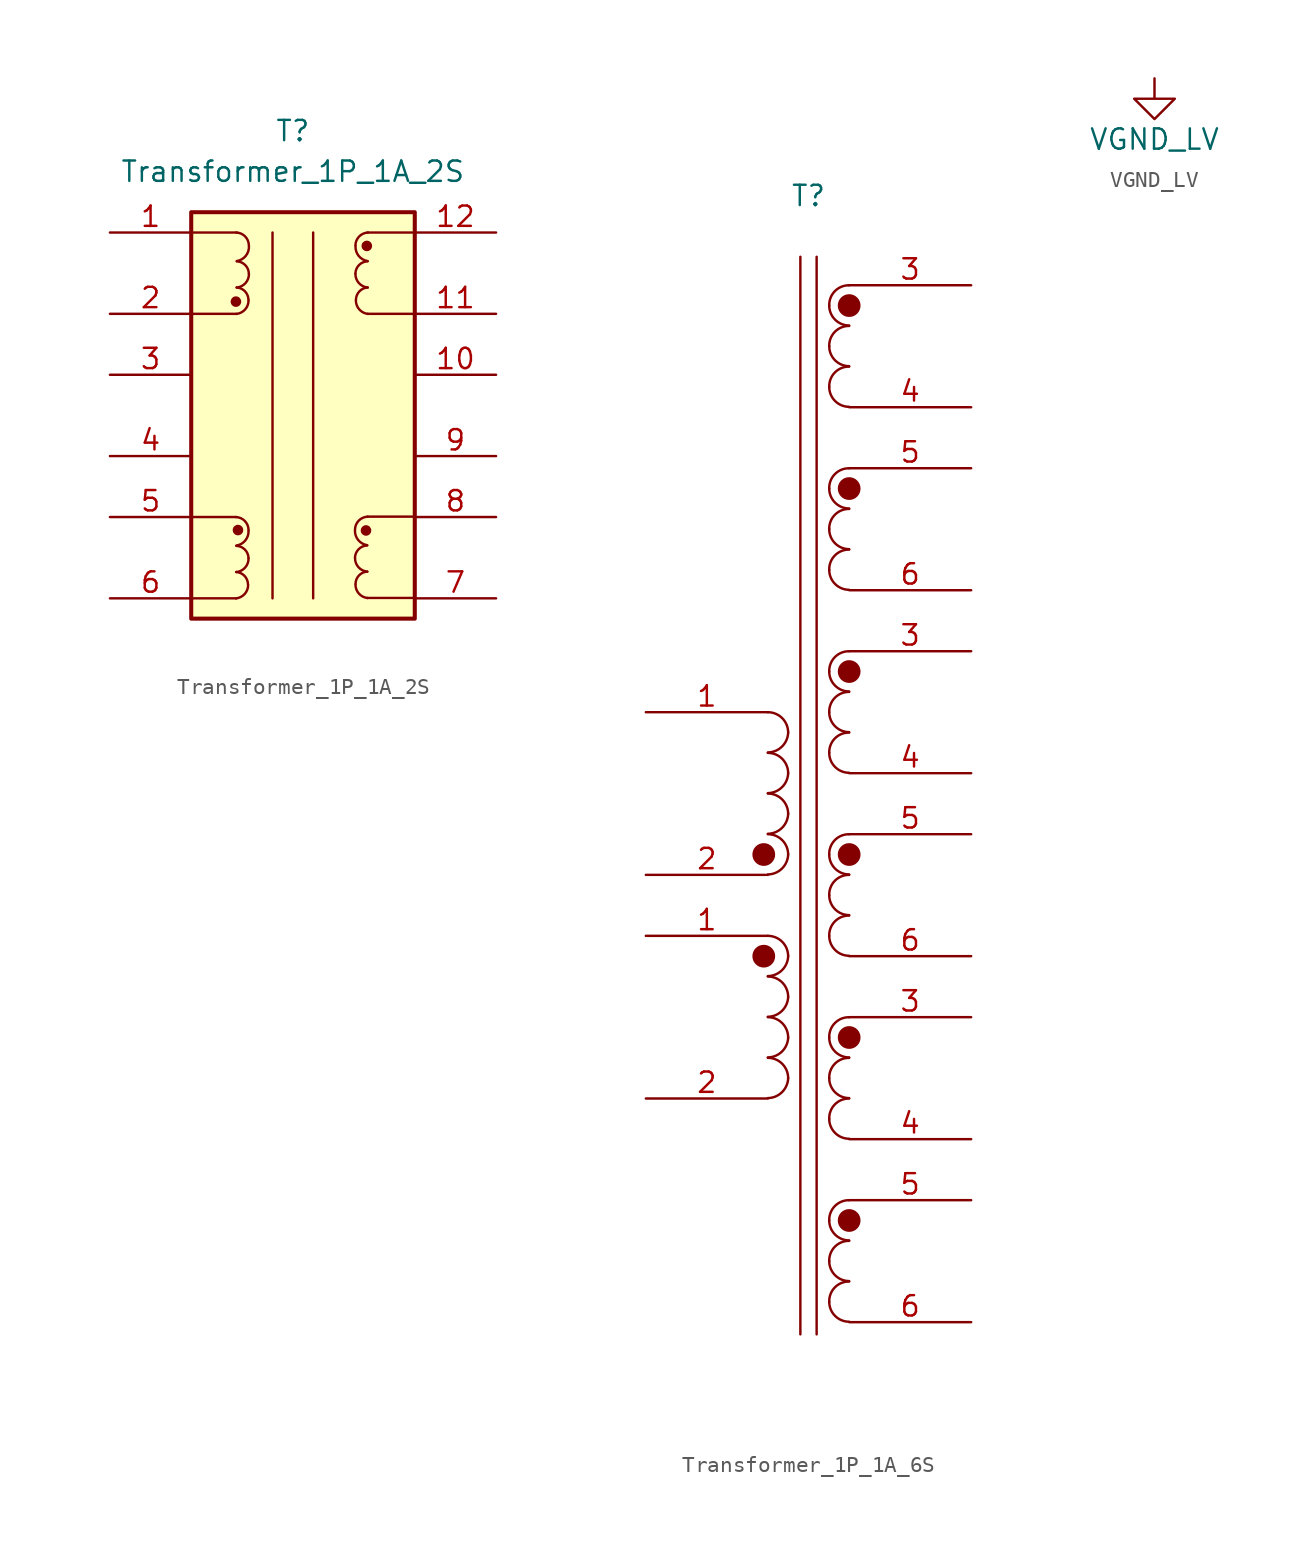
<source format=kicad_sym>
(kicad_symbol_lib
  (version 20220914)
  (generator kicad_symbol_editor)
  (symbol "Transformer_1P_1A_2S"
    (pin_names
      (offset 1.016) hide)
    (property "Reference" "T"
      (at 0 17.78 0)
      (effects (font (size 1.27 1.27))))
    (property "Value" "Transformer_1P_1A_2S"
      (at 0 15.24 0)
      (effects (font (size 1.27 1.27))))
    (symbol "Transformer_1P_1A_2S_0_1"
      (circle (center -3.556 7.112) (radius 0.254) (stroke (width 0) (type default)) (fill (type outline)))
      (arc (start -3.5549 -11.4365) (mid -3.0108 -11.1616) (end -2.794 -10.5918) (stroke (width 0) (type default)) (fill (type none)))
      (arc (start -3.5296 -8.1343) (mid -2.9659 -7.8086) (end -2.7686 -7.1882) (stroke (width 0) (type default)) (fill (type none)))
      (arc (start -3.5295 6.3435) (mid -2.9854 6.6184) (end -2.7686 7.1882) (stroke (width 0) (type default)) (fill (type none)))
      (arc (start -3.5042 9.6457) (mid -2.9405 9.9714) (end -2.7432 10.5918) (stroke (width 0) (type default)) (fill (type none)))
      (circle (center -3.429 -7.163) (radius 0.254) (stroke (width 0) (type default)) (fill (type outline)))
      (arc (start -2.7686 -7.1374) (mid -3.0084 -6.5898) (end -3.556 -6.35) (stroke (width 0) (type default)) (fill (type none)))
      (arc (start -2.7658 -8.9126) (mid -2.9969 -8.3817) (end -3.5278 -8.1506) (stroke (width 0) (type default)) (fill (type none)))
      (arc (start -2.7432 10.6426) (mid -2.983 11.1902) (end -3.5306 11.43) (stroke (width 0) (type default)) (fill (type none)))
      (arc (start -2.7404 8.8674) (mid -2.9715 9.3983) (end -3.5024 9.6294) (stroke (width 0) (type default)) (fill (type none)))
      (polyline (pts (xy -1.27 -11.43) (xy -1.27 11.43)) (stroke (width 0) (type default)) (fill (type none)))
      (polyline (pts (xy 1.27 11.43) (xy 1.27 -11.43)) (stroke (width 0) (type default)) (fill (type none)))
      (arc (start 3.8862 -7.1628) (mid 4.0835 -7.7832) (end 4.6472 -8.1089) (stroke (width 0) (type default)) (fill (type none)))
      (arc (start 3.9116 -10.5664) (mid 4.1284 -11.1362) (end 4.6725 -11.4111) (stroke (width 0) (type default)) (fill (type none)))
      (arc (start 3.9116 10.5918) (mid 4.1089 9.9714) (end 4.6726 9.6457) (stroke (width 0) (type default)) (fill (type none)))
      (arc (start 3.937 7.1882) (mid 4.1538 6.6184) (end 4.6979 6.3435) (stroke (width 0) (type default)) (fill (type none)))
      (circle (center 4.572 -7.188) (radius 0.254) (stroke (width 0) (type default)) (fill (type outline)))
      (circle (center 4.623 10.592) (radius 0.254) (stroke (width 0) (type default)) (fill (type outline)))
      (arc (start 4.6454 -8.1252) (mid 4.1145 -8.3563) (end 3.8834 -8.8872) (stroke (width 0) (type default)) (fill (type none)))
      (arc (start 4.6708 9.6294) (mid 4.1399 9.3983) (end 3.9088 8.8674) (stroke (width 0) (type default)) (fill (type none)))
      (arc (start 4.6736 -6.3246) (mid 4.126 -6.5644) (end 3.8862 -7.112) (stroke (width 0) (type default)) (fill (type none)))
      (arc (start 4.699 11.43) (mid 4.1514 11.1902) (end 3.9116 10.6426) (stroke (width 0) (type default)) (fill (type none))))
    (symbol "Transformer_1P_1A_2S_1_1"
      (rectangle (start -6.35 12.7) (end 7.62 -12.7) (stroke (width 0.254) (type default)) (fill (type background)))
      (arc (start -3.5296 -9.7853) (mid -2.9846 -9.5113) (end -2.7686 -8.9408) (stroke (width 0) (type default)) (fill (type none)))
      (arc (start -3.5042 7.9947) (mid -2.9592 8.2687) (end -2.7432 8.8392) (stroke (width 0) (type default)) (fill (type none)))
      (arc (start -2.8 -10.5448) (mid -3.0216 -10.0208) (end -3.5396 -9.7858) (stroke (width 0) (type default)) (fill (type none)))
      (arc (start -2.7746 7.2352) (mid -2.9962 7.7592) (end -3.5142 7.9942) (stroke (width 0) (type default)) (fill (type none)))
      (polyline (pts (xy -6.375 -11.43) (xy -3.531 -11.43)) (stroke (width 0) (type default)) (fill (type none)))
      (polyline (pts (xy -6.375 -6.35) (xy -3.531 -6.35)) (stroke (width 0) (type default)) (fill (type none)))
      (polyline (pts (xy -6.35 6.35) (xy -3.505 6.35)) (stroke (width 0) (type default)) (fill (type none)))
      (polyline (pts (xy -6.35 11.43) (xy -3.505 11.43)) (stroke (width 0) (type default)) (fill (type none)))
      (polyline (pts (xy 7.493 -11.405) (xy 4.648 -11.405)) (stroke (width 0) (type default)) (fill (type none)))
      (polyline (pts (xy 7.493 -6.325) (xy 4.648 -6.325)) (stroke (width 0) (type default)) (fill (type none)))
      (polyline (pts (xy 7.518 6.35) (xy 4.674 6.35)) (stroke (width 0) (type default)) (fill (type none)))
      (polyline (pts (xy 7.518 11.43) (xy 4.674 11.43)) (stroke (width 0) (type default)) (fill (type none)))
      (arc (start 3.8862 -8.9154) (mid 4.1022 -9.4859) (end 4.6472 -9.7599) (stroke (width 0) (type default)) (fill (type none)))
      (arc (start 3.9116 8.8392) (mid 4.1276 8.2687) (end 4.6726 7.9947) (stroke (width 0) (type default)) (fill (type none)))
      (arc (start 4.6572 -9.7604) (mid 4.1391 -9.9954) (end 3.9176 -10.5194) (stroke (width 0) (type default)) (fill (type none)))
      (arc (start 4.6826 7.9942) (mid 4.1645 7.7592) (end 3.943 7.2352) (stroke (width 0) (type default)) (fill (type none)))
      (pin passive line (at -11.43 11.43 0) (length 5.08) (name "1" (effects (font (size 1.27 1.27)))) (number "1" (effects (font (size 1.27 1.27)))))
      (pin passive line (at 12.7 2.54 180) (length 5.08) (name "10" (effects (font (size 1.27 1.27)))) (number "10" (effects (font (size 1.27 1.27)))))
      (pin passive line (at 12.7 6.35 180) (length 5.08) (name "11" (effects (font (size 1.27 1.27)))) (number "11" (effects (font (size 1.27 1.27)))))
      (pin passive line (at 12.7 11.43 180) (length 5.08) (name "12" (effects (font (size 1.27 1.27)))) (number "12" (effects (font (size 1.27 1.27)))))
      (pin passive line (at -11.43 6.35 0) (length 5.08) (name "2" (effects (font (size 1.27 1.27)))) (number "2" (effects (font (size 1.27 1.27)))))
      (pin passive line (at -11.43 2.54 0) (length 5.08) (name "3" (effects (font (size 1.27 1.27)))) (number "3" (effects (font (size 1.27 1.27)))))
      (pin passive line (at -11.43 -2.54 0) (length 5.08) (name "4" (effects (font (size 1.27 1.27)))) (number "4" (effects (font (size 1.27 1.27)))))
      (pin passive line (at -11.43 -6.35 0) (length 5.08) (name "5" (effects (font (size 1.27 1.27)))) (number "5" (effects (font (size 1.27 1.27)))))
      (pin passive line (at -11.43 -11.43 0) (length 5.08) (name "6" (effects (font (size 1.27 1.27)))) (number "6" (effects (font (size 1.27 1.27)))))
      (pin passive line (at 12.7 -11.43 180) (length 5.08) (name "7" (effects (font (size 1.27 1.27)))) (number "7" (effects (font (size 1.27 1.27)))))
      (pin passive line (at 12.7 -6.35 180) (length 5.08) (name "8" (effects (font (size 1.27 1.27)))) (number "8" (effects (font (size 1.27 1.27)))))
      (pin passive line (at 12.7 -2.54 180) (length 5.08) (name "9" (effects (font (size 1.27 1.27)))) (number "9" (effects (font (size 1.27 1.27)))))))
  (symbol "Transformer_1P_1A_6S"
    (property "Reference" "T"
      (at 0 36.068 0)
      (effects (font (size 1.27 1.27))))
    (property "Value" ""
      (at -0.762 -8.89 0)
      (effects (font (size 1.27 1.27))))
    (symbol "Transformer_1P_1A_6S_0_1"
      (circle (center -2.794 -11.43) (radius 0.635) (stroke (width 0) (type default)) (fill (type outline)))
      (circle (center -2.794 -5.08) (radius 0.635) (stroke (width 0) (type default)) (fill (type outline)))
      (arc (start -2.54 -20.2946) (mid -1.6561 -19.9263) (end -1.27 -19.05) (stroke (width 0) (type default)) (fill (type none)))
      (arc (start -2.54 -17.7546) (mid -1.6561 -17.3863) (end -1.27 -16.51) (stroke (width 0) (type default)) (fill (type none)))
      (arc (start -2.54 -15.2146) (mid -1.6561 -14.8463) (end -1.27 -13.97) (stroke (width 0) (type default)) (fill (type none)))
      (arc (start -2.54 -12.6746) (mid -1.6561 -12.3063) (end -1.27 -11.43) (stroke (width 0) (type default)) (fill (type none)))
      (arc (start -2.54 -6.3246) (mid -1.6561 -5.9563) (end -1.27 -5.08) (stroke (width 0) (type default)) (fill (type none)))
      (arc (start -2.54 -3.7846) (mid -1.6561 -3.4163) (end -1.27 -2.54) (stroke (width 0) (type default)) (fill (type none)))
      (arc (start -2.54 -1.2446) (mid -1.6561 -0.8763) (end -1.27 0) (stroke (width 0) (type default)) (fill (type none)))
      (arc (start -2.54 1.2954) (mid -1.6561 1.6637) (end -1.27 2.54) (stroke (width 0) (type default)) (fill (type none)))
      (arc (start -1.27 -19.05) (mid -1.642 -18.152) (end -2.54 -17.78) (stroke (width 0) (type default)) (fill (type none)))
      (arc (start -1.27 -16.51) (mid -1.642 -15.612) (end -2.54 -15.24) (stroke (width 0) (type default)) (fill (type none)))
      (arc (start -1.27 -13.97) (mid -1.642 -13.072) (end -2.54 -12.7) (stroke (width 0) (type default)) (fill (type none)))
      (arc (start -1.27 -11.43) (mid -1.642 -10.532) (end -2.54 -10.16) (stroke (width 0) (type default)) (fill (type none)))
      (arc (start -1.27 -5.08) (mid -1.642 -4.182) (end -2.54 -3.81) (stroke (width 0) (type default)) (fill (type none)))
      (arc (start -1.27 -2.54) (mid -1.642 -1.642) (end -2.54 -1.27) (stroke (width 0) (type default)) (fill (type none)))
      (arc (start -1.27 0) (mid -1.642 0.898) (end -2.54 1.27) (stroke (width 0) (type default)) (fill (type none)))
      (arc (start -1.27 2.54) (mid -1.642 3.438) (end -2.54 3.81) (stroke (width 0) (type default)) (fill (type none)))
      (polyline (pts (xy -0.508 -35.052) (xy -0.508 32.258)) (stroke (width 0) (type default)) (fill (type none)))
      (polyline (pts (xy 0.508 32.258) (xy 0.508 -35.052)) (stroke (width 0) (type default)) (fill (type none)))
      (arc (start 1.2954 -33.02) (mid 1.6599 -33.9001) (end 2.54 -34.2646) (stroke (width 0) (type default)) (fill (type none)))
      (arc (start 1.2954 -30.48) (mid 1.6599 -31.3601) (end 2.54 -31.7246) (stroke (width 0) (type default)) (fill (type none)))
      (arc (start 1.2954 -27.94) (mid 1.6599 -28.8201) (end 2.54 -29.1846) (stroke (width 0) (type default)) (fill (type none)))
      (arc (start 1.2954 -21.59) (mid 1.6599 -22.4701) (end 2.54 -22.8346) (stroke (width 0) (type default)) (fill (type none)))
      (arc (start 1.2954 -19.05) (mid 1.6599 -19.9301) (end 2.54 -20.2946) (stroke (width 0) (type default)) (fill (type none)))
      (arc (start 1.2954 -16.51) (mid 1.6599 -17.3901) (end 2.54 -17.7546) (stroke (width 0) (type default)) (fill (type none)))
      (arc (start 1.2954 -10.16) (mid 1.6599 -11.0401) (end 2.54 -11.4046) (stroke (width 0) (type default)) (fill (type none)))
      (arc (start 1.2954 -7.62) (mid 1.6599 -8.5001) (end 2.54 -8.8646) (stroke (width 0) (type default)) (fill (type none)))
      (arc (start 1.2954 -5.08) (mid 1.6599 -5.9601) (end 2.54 -6.3246) (stroke (width 0) (type default)) (fill (type none)))
      (arc (start 1.2954 1.27) (mid 1.6599 0.3899) (end 2.54 0.0254) (stroke (width 0) (type default)) (fill (type none)))
      (arc (start 1.2954 3.81) (mid 1.6599 2.9299) (end 2.54 2.5654) (stroke (width 0) (type default)) (fill (type none)))
      (arc (start 1.2954 6.35) (mid 1.6599 5.4699) (end 2.54 5.1054) (stroke (width 0) (type default)) (fill (type none)))
      (arc (start 1.2954 12.7) (mid 1.6599 11.8199) (end 2.54 11.4554) (stroke (width 0) (type default)) (fill (type none)))
      (arc (start 1.2954 15.24) (mid 1.6599 14.3599) (end 2.54 13.9954) (stroke (width 0) (type default)) (fill (type none)))
      (arc (start 1.2954 17.78) (mid 1.6599 16.8999) (end 2.54 16.5354) (stroke (width 0) (type default)) (fill (type none)))
      (arc (start 1.2954 24.13) (mid 1.6599 23.2499) (end 2.54 22.8854) (stroke (width 0) (type default)) (fill (type none)))
      (arc (start 1.2954 26.67) (mid 1.6599 25.7899) (end 2.54 25.4254) (stroke (width 0) (type default)) (fill (type none)))
      (arc (start 1.2954 29.21) (mid 1.6599 28.3299) (end 2.54 27.9654) (stroke (width 0) (type default)) (fill (type none)))
      (arc (start 2.54 -31.75) (mid 1.6458 -32.1185) (end 1.2954 -33.02) (stroke (width 0) (type default)) (fill (type none)))
      (arc (start 2.54 -29.21) (mid 1.6458 -29.5785) (end 1.2954 -30.48) (stroke (width 0) (type default)) (fill (type none)))
      (circle (center 2.54 -27.94) (radius 0.635) (stroke (width 0) (type default)) (fill (type outline)))
      (arc (start 2.54 -26.67) (mid 1.6458 -27.0385) (end 1.2954 -27.94) (stroke (width 0) (type default)) (fill (type none)))
      (arc (start 2.54 -20.32) (mid 1.6458 -20.6885) (end 1.2954 -21.59) (stroke (width 0) (type default)) (fill (type none)))
      (arc (start 2.54 -17.78) (mid 1.6458 -18.1485) (end 1.2954 -19.05) (stroke (width 0) (type default)) (fill (type none)))
      (circle (center 2.54 -16.51) (radius 0.635) (stroke (width 0) (type default)) (fill (type outline)))
      (arc (start 2.54 -15.24) (mid 1.6458 -15.6085) (end 1.2954 -16.51) (stroke (width 0) (type default)) (fill (type none)))
      (arc (start 2.54 -8.89) (mid 1.6458 -9.2585) (end 1.2954 -10.16) (stroke (width 0) (type default)) (fill (type none)))
      (arc (start 2.54 -6.35) (mid 1.6458 -6.7185) (end 1.2954 -7.62) (stroke (width 0) (type default)) (fill (type none)))
      (circle (center 2.54 -5.08) (radius 0.635) (stroke (width 0) (type default)) (fill (type outline)))
      (arc (start 2.54 -3.81) (mid 1.6458 -4.1785) (end 1.2954 -5.08) (stroke (width 0) (type default)) (fill (type none)))
      (arc (start 2.54 2.54) (mid 1.6458 2.1715) (end 1.2954 1.27) (stroke (width 0) (type default)) (fill (type none)))
      (arc (start 2.54 5.08) (mid 1.6458 4.7115) (end 1.2954 3.81) (stroke (width 0) (type default)) (fill (type none)))
      (circle (center 2.54 6.35) (radius 0.635) (stroke (width 0) (type default)) (fill (type outline)))
      (arc (start 2.54 7.62) (mid 1.6458 7.2515) (end 1.2954 6.35) (stroke (width 0) (type default)) (fill (type none)))
      (arc (start 2.54 13.97) (mid 1.6458 13.6015) (end 1.2954 12.7) (stroke (width 0) (type default)) (fill (type none)))
      (arc (start 2.54 16.51) (mid 1.6458 16.1415) (end 1.2954 15.24) (stroke (width 0) (type default)) (fill (type none)))
      (circle (center 2.54 17.78) (radius 0.635) (stroke (width 0) (type default)) (fill (type outline)))
      (arc (start 2.54 19.05) (mid 1.6458 18.6815) (end 1.2954 17.78) (stroke (width 0) (type default)) (fill (type none)))
      (arc (start 2.54 25.4) (mid 1.6458 25.0315) (end 1.2954 24.13) (stroke (width 0) (type default)) (fill (type none)))
      (arc (start 2.54 27.94) (mid 1.6458 27.5715) (end 1.2954 26.67) (stroke (width 0) (type default)) (fill (type none)))
      (circle (center 2.54 29.21) (radius 0.635) (stroke (width 0) (type default)) (fill (type outline)))
      (arc (start 2.54 30.48) (mid 1.6458 30.1115) (end 1.2954 29.21) (stroke (width 0) (type default)) (fill (type none))))
    (symbol "Transformer_1P_1A_6S_1_1"
      (pin passive line (at -10.16 -10.16 0) (length 7.62) (name "" (effects (font (size 1.27 1.27)))) (number "1" (effects (font (size 1.27 1.27)))))
      (pin passive line (at -10.16 3.81 0) (length 7.62) (name "" (effects (font (size 1.27 1.27)))) (number "1" (effects (font (size 1.27 1.27)))))
      (pin passive line (at -10.16 -20.32 0) (length 7.62) (name "" (effects (font (size 1.27 1.27)))) (number "2" (effects (font (size 1.27 1.27)))))
      (pin passive line (at -10.16 -6.35 0) (length 7.62) (name "" (effects (font (size 1.27 1.27)))) (number "2" (effects (font (size 1.27 1.27)))))
      (pin passive line (at 10.16 -15.24 180) (length 7.62) (name "" (effects (font (size 1.27 1.27)))) (number "3" (effects (font (size 1.27 1.27)))))
      (pin passive line (at 10.16 7.62 180) (length 7.62) (name "" (effects (font (size 1.27 1.27)))) (number "3" (effects (font (size 1.27 1.27)))))
      (pin passive line (at 10.16 30.48 180) (length 7.62) (name "" (effects (font (size 1.27 1.27)))) (number "3" (effects (font (size 1.27 1.27)))))
      (pin passive line (at 10.16 -22.86 180) (length 7.62) (name "" (effects (font (size 1.27 1.27)))) (number "4" (effects (font (size 1.27 1.27)))))
      (pin passive line (at 10.16 0 180) (length 7.62) (name "" (effects (font (size 1.27 1.27)))) (number "4" (effects (font (size 1.27 1.27)))))
      (pin passive line (at 10.16 22.86 180) (length 7.62) (name "" (effects (font (size 1.27 1.27)))) (number "4" (effects (font (size 1.27 1.27)))))
      (pin passive line (at 10.16 -26.67 180) (length 7.62) (name "" (effects (font (size 1.27 1.27)))) (number "5" (effects (font (size 1.27 1.27)))))
      (pin passive line (at 10.16 -3.81 180) (length 7.62) (name "" (effects (font (size 1.27 1.27)))) (number "5" (effects (font (size 1.27 1.27)))))
      (pin passive line (at 10.16 19.05 180) (length 7.62) (name "" (effects (font (size 1.27 1.27)))) (number "5" (effects (font (size 1.27 1.27)))))
      (pin passive line (at 10.16 -34.29 180) (length 7.62) (name "" (effects (font (size 1.27 1.27)))) (number "6" (effects (font (size 1.27 1.27)))))
      (pin passive line (at 10.16 -11.43 180) (length 7.62) (name "" (effects (font (size 1.27 1.27)))) (number "6" (effects (font (size 1.27 1.27)))))
      (pin passive line (at 10.16 11.43 180) (length 7.62) (name "" (effects (font (size 1.27 1.27)))) (number "6" (effects (font (size 1.27 1.27)))))))
  (symbol "VGND_LV"
    (power)
    (pin_numbers hide)
    (pin_names
      (offset 0))
    (property "Reference" "#PWR"
      (at 2.54 -2.54 90)
      (effects (font (size 1.27 1.27)) hide))
    (property "Value" "VGND_LV"
      (at 0 -3.81 0)
      (effects (font (size 1.27 1.27))))
    (symbol "VGND_LV_1_1"
      (polyline (pts (xy 0 0) (xy 0 -1.27) (xy 1.27 -1.27) (xy 0 -2.54) (xy -1.27 -1.27) (xy 0 -1.27)) (stroke (width 0) (type default)) (fill (type none)))
      (pin power_in line (at 0 0 90) (length 0) hide (name "VGND_LV" (effects (font (size 1.27 1.27)))) (number "1" (effects (font (size 1.27 1.27))))))))
</source>
